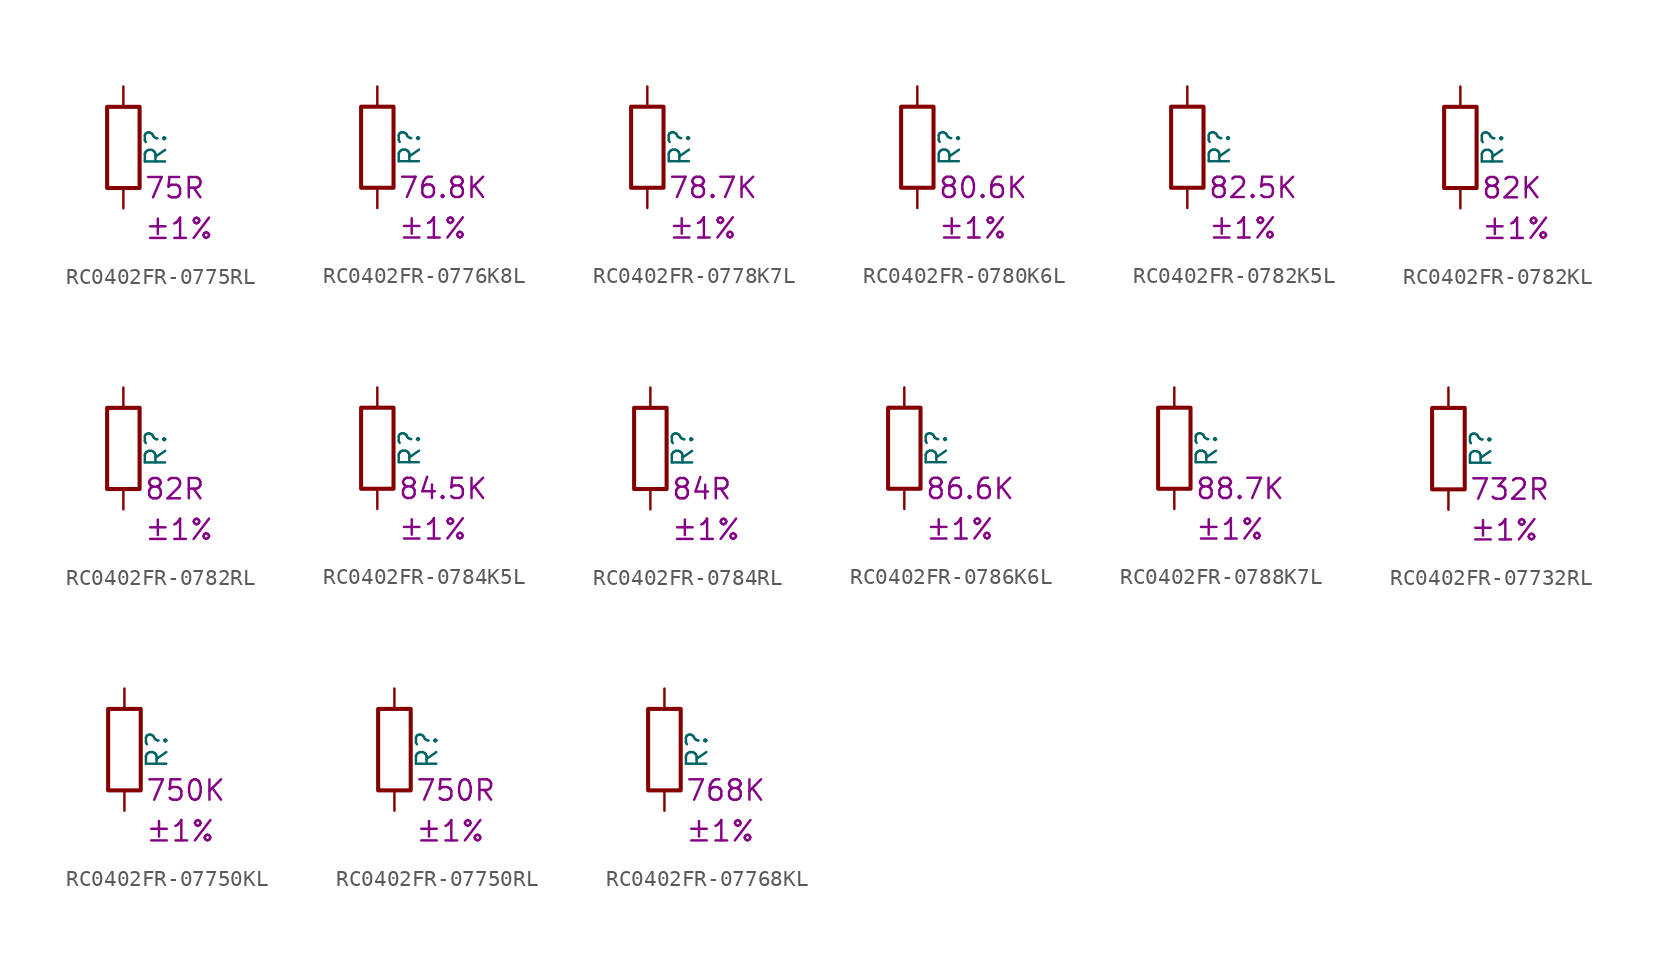
<source format=kicad_sym>
(kicad_symbol_lib
  (version 20220914)
  (generator kicad_symbol_editor)
  (symbol "RC0402FR-0775RL"
    (pin_numbers hide)
    (pin_names
      (offset 0))
    (property "Reference" "R"
      (at 2.032 0 90)
      (effects (font (size 1.27 1.27))))
    (property "Resistance" "75R"
      (at 1.27 -2.54 0)
      (effects (font (size 1.27 1.27)) (justify left)))
    (property "Tolerance" "±1%"
      (at 1.27 -5.08 0)
      (effects (font (size 1.27 1.27)) (justify left)))
    (symbol "RC0402FR-0775RL_0_1"
      (rectangle (start -1.016 -2.54) (end 1.016 2.54) (stroke (width 0.254) (type default)) (fill (type none))))
    (symbol "RC0402FR-0775RL_1_1"
      (pin passive line (at 0 3.81 270) (length 1.27) (name "~" (effects (font (size 1.27 1.27)))) (number "1" (effects (font (size 1.27 1.27)))))
      (pin passive line (at 0 -3.81 90) (length 1.27) (name "~" (effects (font (size 1.27 1.27)))) (number "2" (effects (font (size 1.27 1.27)))))))
  (symbol "RC0402FR-0776K8L"
    (pin_numbers hide)
    (pin_names
      (offset 0))
    (property "Reference" "R"
      (at 2.032 0 90)
      (effects (font (size 1.27 1.27))))
    (property "Resistance" "76.8K"
      (at 1.27 -2.54 0)
      (effects (font (size 1.27 1.27)) (justify left)))
    (property "Tolerance" "±1%"
      (at 1.27 -5.08 0)
      (effects (font (size 1.27 1.27)) (justify left)))
    (symbol "RC0402FR-0776K8L_0_1"
      (rectangle (start -1.016 -2.54) (end 1.016 2.54) (stroke (width 0.254) (type default)) (fill (type none))))
    (symbol "RC0402FR-0776K8L_1_1"
      (pin passive line (at 0 3.81 270) (length 1.27) (name "~" (effects (font (size 1.27 1.27)))) (number "1" (effects (font (size 1.27 1.27)))))
      (pin passive line (at 0 -3.81 90) (length 1.27) (name "~" (effects (font (size 1.27 1.27)))) (number "2" (effects (font (size 1.27 1.27)))))))
  (symbol "RC0402FR-0778K7L"
    (pin_numbers hide)
    (pin_names
      (offset 0))
    (property "Reference" "R"
      (at 2.032 0 90)
      (effects (font (size 1.27 1.27))))
    (property "Resistance" "78.7K"
      (at 1.27 -2.54 0)
      (effects (font (size 1.27 1.27)) (justify left)))
    (property "Tolerance" "±1%"
      (at 1.27 -5.08 0)
      (effects (font (size 1.27 1.27)) (justify left)))
    (symbol "RC0402FR-0778K7L_0_1"
      (rectangle (start -1.016 -2.54) (end 1.016 2.54) (stroke (width 0.254) (type default)) (fill (type none))))
    (symbol "RC0402FR-0778K7L_1_1"
      (pin passive line (at 0 3.81 270) (length 1.27) (name "~" (effects (font (size 1.27 1.27)))) (number "1" (effects (font (size 1.27 1.27)))))
      (pin passive line (at 0 -3.81 90) (length 1.27) (name "~" (effects (font (size 1.27 1.27)))) (number "2" (effects (font (size 1.27 1.27)))))))
  (symbol "RC0402FR-0780K6L"
    (pin_numbers hide)
    (pin_names
      (offset 0))
    (property "Reference" "R"
      (at 2.032 0 90)
      (effects (font (size 1.27 1.27))))
    (property "Resistance" "80.6K"
      (at 1.27 -2.54 0)
      (effects (font (size 1.27 1.27)) (justify left)))
    (property "Tolerance" "±1%"
      (at 1.27 -5.08 0)
      (effects (font (size 1.27 1.27)) (justify left)))
    (symbol "RC0402FR-0780K6L_0_1"
      (rectangle (start -1.016 -2.54) (end 1.016 2.54) (stroke (width 0.254) (type default)) (fill (type none))))
    (symbol "RC0402FR-0780K6L_1_1"
      (pin passive line (at 0 3.81 270) (length 1.27) (name "~" (effects (font (size 1.27 1.27)))) (number "1" (effects (font (size 1.27 1.27)))))
      (pin passive line (at 0 -3.81 90) (length 1.27) (name "~" (effects (font (size 1.27 1.27)))) (number "2" (effects (font (size 1.27 1.27)))))))
  (symbol "RC0402FR-0782K5L"
    (pin_numbers hide)
    (pin_names
      (offset 0))
    (property "Reference" "R"
      (at 2.032 0 90)
      (effects (font (size 1.27 1.27))))
    (property "Resistance" "82.5K"
      (at 1.27 -2.54 0)
      (effects (font (size 1.27 1.27)) (justify left)))
    (property "Tolerance" "±1%"
      (at 1.27 -5.08 0)
      (effects (font (size 1.27 1.27)) (justify left)))
    (symbol "RC0402FR-0782K5L_0_1"
      (rectangle (start -1.016 -2.54) (end 1.016 2.54) (stroke (width 0.254) (type default)) (fill (type none))))
    (symbol "RC0402FR-0782K5L_1_1"
      (pin passive line (at 0 3.81 270) (length 1.27) (name "~" (effects (font (size 1.27 1.27)))) (number "1" (effects (font (size 1.27 1.27)))))
      (pin passive line (at 0 -3.81 90) (length 1.27) (name "~" (effects (font (size 1.27 1.27)))) (number "2" (effects (font (size 1.27 1.27)))))))
  (symbol "RC0402FR-0782KL"
    (pin_numbers hide)
    (pin_names
      (offset 0))
    (property "Reference" "R"
      (at 2.032 0 90)
      (effects (font (size 1.27 1.27))))
    (property "Resistance" "82K"
      (at 1.27 -2.54 0)
      (effects (font (size 1.27 1.27)) (justify left)))
    (property "Tolerance" "±1%"
      (at 1.27 -5.08 0)
      (effects (font (size 1.27 1.27)) (justify left)))
    (symbol "RC0402FR-0782KL_0_1"
      (rectangle (start -1.016 -2.54) (end 1.016 2.54) (stroke (width 0.254) (type default)) (fill (type none))))
    (symbol "RC0402FR-0782KL_1_1"
      (pin passive line (at 0 3.81 270) (length 1.27) (name "~" (effects (font (size 1.27 1.27)))) (number "1" (effects (font (size 1.27 1.27)))))
      (pin passive line (at 0 -3.81 90) (length 1.27) (name "~" (effects (font (size 1.27 1.27)))) (number "2" (effects (font (size 1.27 1.27)))))))
  (symbol "RC0402FR-0782RL"
    (pin_numbers hide)
    (pin_names
      (offset 0))
    (property "Reference" "R"
      (at 2.032 0 90)
      (effects (font (size 1.27 1.27))))
    (property "Resistance" "82R"
      (at 1.27 -2.54 0)
      (effects (font (size 1.27 1.27)) (justify left)))
    (property "Tolerance" "±1%"
      (at 1.27 -5.08 0)
      (effects (font (size 1.27 1.27)) (justify left)))
    (symbol "RC0402FR-0782RL_0_1"
      (rectangle (start -1.016 -2.54) (end 1.016 2.54) (stroke (width 0.254) (type default)) (fill (type none))))
    (symbol "RC0402FR-0782RL_1_1"
      (pin passive line (at 0 3.81 270) (length 1.27) (name "~" (effects (font (size 1.27 1.27)))) (number "1" (effects (font (size 1.27 1.27)))))
      (pin passive line (at 0 -3.81 90) (length 1.27) (name "~" (effects (font (size 1.27 1.27)))) (number "2" (effects (font (size 1.27 1.27)))))))
  (symbol "RC0402FR-0784K5L"
    (pin_numbers hide)
    (pin_names
      (offset 0))
    (property "Reference" "R"
      (at 2.032 0 90)
      (effects (font (size 1.27 1.27))))
    (property "Resistance" "84.5K"
      (at 1.27 -2.54 0)
      (effects (font (size 1.27 1.27)) (justify left)))
    (property "Tolerance" "±1%"
      (at 1.27 -5.08 0)
      (effects (font (size 1.27 1.27)) (justify left)))
    (symbol "RC0402FR-0784K5L_0_1"
      (rectangle (start -1.016 -2.54) (end 1.016 2.54) (stroke (width 0.254) (type default)) (fill (type none))))
    (symbol "RC0402FR-0784K5L_1_1"
      (pin passive line (at 0 3.81 270) (length 1.27) (name "~" (effects (font (size 1.27 1.27)))) (number "1" (effects (font (size 1.27 1.27)))))
      (pin passive line (at 0 -3.81 90) (length 1.27) (name "~" (effects (font (size 1.27 1.27)))) (number "2" (effects (font (size 1.27 1.27)))))))
  (symbol "RC0402FR-0784RL"
    (pin_numbers hide)
    (pin_names
      (offset 0))
    (property "Reference" "R"
      (at 2.032 0 90)
      (effects (font (size 1.27 1.27))))
    (property "Resistance" "84R"
      (at 1.27 -2.54 0)
      (effects (font (size 1.27 1.27)) (justify left)))
    (property "Tolerance" "±1%"
      (at 1.27 -5.08 0)
      (effects (font (size 1.27 1.27)) (justify left)))
    (symbol "RC0402FR-0784RL_0_1"
      (rectangle (start -1.016 -2.54) (end 1.016 2.54) (stroke (width 0.254) (type default)) (fill (type none))))
    (symbol "RC0402FR-0784RL_1_1"
      (pin passive line (at 0 3.81 270) (length 1.27) (name "~" (effects (font (size 1.27 1.27)))) (number "1" (effects (font (size 1.27 1.27)))))
      (pin passive line (at 0 -3.81 90) (length 1.27) (name "~" (effects (font (size 1.27 1.27)))) (number "2" (effects (font (size 1.27 1.27)))))))
  (symbol "RC0402FR-0786K6L"
    (pin_numbers hide)
    (pin_names
      (offset 0))
    (property "Reference" "R"
      (at 2.032 0 90)
      (effects (font (size 1.27 1.27))))
    (property "Resistance" "86.6K"
      (at 1.27 -2.54 0)
      (effects (font (size 1.27 1.27)) (justify left)))
    (property "Tolerance" "±1%"
      (at 1.27 -5.08 0)
      (effects (font (size 1.27 1.27)) (justify left)))
    (symbol "RC0402FR-0786K6L_0_1"
      (rectangle (start -1.016 -2.54) (end 1.016 2.54) (stroke (width 0.254) (type default)) (fill (type none))))
    (symbol "RC0402FR-0786K6L_1_1"
      (pin passive line (at 0 3.81 270) (length 1.27) (name "~" (effects (font (size 1.27 1.27)))) (number "1" (effects (font (size 1.27 1.27)))))
      (pin passive line (at 0 -3.81 90) (length 1.27) (name "~" (effects (font (size 1.27 1.27)))) (number "2" (effects (font (size 1.27 1.27)))))))
  (symbol "RC0402FR-0788K7L"
    (pin_numbers hide)
    (pin_names
      (offset 0))
    (property "Reference" "R"
      (at 2.032 0 90)
      (effects (font (size 1.27 1.27))))
    (property "Resistance" "88.7K"
      (at 1.27 -2.54 0)
      (effects (font (size 1.27 1.27)) (justify left)))
    (property "Tolerance" "±1%"
      (at 1.27 -5.08 0)
      (effects (font (size 1.27 1.27)) (justify left)))
    (symbol "RC0402FR-0788K7L_0_1"
      (rectangle (start -1.016 -2.54) (end 1.016 2.54) (stroke (width 0.254) (type default)) (fill (type none))))
    (symbol "RC0402FR-0788K7L_1_1"
      (pin passive line (at 0 3.81 270) (length 1.27) (name "~" (effects (font (size 1.27 1.27)))) (number "1" (effects (font (size 1.27 1.27)))))
      (pin passive line (at 0 -3.81 90) (length 1.27) (name "~" (effects (font (size 1.27 1.27)))) (number "2" (effects (font (size 1.27 1.27)))))))
  (symbol "RC0402FR-07732RL"
    (pin_numbers hide)
    (pin_names
      (offset 0))
    (property "Reference" "R"
      (at 2.032 0 90)
      (effects (font (size 1.27 1.27))))
    (property "Resistance" "732R"
      (at 1.27 -2.54 0)
      (effects (font (size 1.27 1.27)) (justify left)))
    (property "Tolerance" "±1%"
      (at 1.27 -5.08 0)
      (effects (font (size 1.27 1.27)) (justify left)))
    (symbol "RC0402FR-07732RL_0_1"
      (rectangle (start -1.016 -2.54) (end 1.016 2.54) (stroke (width 0.254) (type default)) (fill (type none))))
    (symbol "RC0402FR-07732RL_1_1"
      (pin passive line (at 0 3.81 270) (length 1.27) (name "~" (effects (font (size 1.27 1.27)))) (number "1" (effects (font (size 1.27 1.27)))))
      (pin passive line (at 0 -3.81 90) (length 1.27) (name "~" (effects (font (size 1.27 1.27)))) (number "2" (effects (font (size 1.27 1.27)))))))
  (symbol "RC0402FR-07750KL"
    (pin_numbers hide)
    (pin_names
      (offset 0))
    (property "Reference" "R"
      (at 2.032 0 90)
      (effects (font (size 1.27 1.27))))
    (property "Resistance" "750K"
      (at 1.27 -2.54 0)
      (effects (font (size 1.27 1.27)) (justify left)))
    (property "Tolerance" "±1%"
      (at 1.27 -5.08 0)
      (effects (font (size 1.27 1.27)) (justify left)))
    (symbol "RC0402FR-07750KL_0_1"
      (rectangle (start -1.016 -2.54) (end 1.016 2.54) (stroke (width 0.254) (type default)) (fill (type none))))
    (symbol "RC0402FR-07750KL_1_1"
      (pin passive line (at 0 3.81 270) (length 1.27) (name "~" (effects (font (size 1.27 1.27)))) (number "1" (effects (font (size 1.27 1.27)))))
      (pin passive line (at 0 -3.81 90) (length 1.27) (name "~" (effects (font (size 1.27 1.27)))) (number "2" (effects (font (size 1.27 1.27)))))))
  (symbol "RC0402FR-07750RL"
    (pin_numbers hide)
    (pin_names
      (offset 0))
    (property "Reference" "R"
      (at 2.032 0 90)
      (effects (font (size 1.27 1.27))))
    (property "Resistance" "750R"
      (at 1.27 -2.54 0)
      (effects (font (size 1.27 1.27)) (justify left)))
    (property "Tolerance" "±1%"
      (at 1.27 -5.08 0)
      (effects (font (size 1.27 1.27)) (justify left)))
    (symbol "RC0402FR-07750RL_0_1"
      (rectangle (start -1.016 -2.54) (end 1.016 2.54) (stroke (width 0.254) (type default)) (fill (type none))))
    (symbol "RC0402FR-07750RL_1_1"
      (pin passive line (at 0 3.81 270) (length 1.27) (name "~" (effects (font (size 1.27 1.27)))) (number "1" (effects (font (size 1.27 1.27)))))
      (pin passive line (at 0 -3.81 90) (length 1.27) (name "~" (effects (font (size 1.27 1.27)))) (number "2" (effects (font (size 1.27 1.27)))))))
  (symbol "RC0402FR-07768KL"
    (pin_numbers hide)
    (pin_names
      (offset 0))
    (property "Reference" "R"
      (at 2.032 0 90)
      (effects (font (size 1.27 1.27))))
    (property "Resistance" "768K"
      (at 1.27 -2.54 0)
      (effects (font (size 1.27 1.27)) (justify left)))
    (property "Tolerance" "±1%"
      (at 1.27 -5.08 0)
      (effects (font (size 1.27 1.27)) (justify left)))
    (symbol "RC0402FR-07768KL_0_1"
      (rectangle (start -1.016 -2.54) (end 1.016 2.54) (stroke (width 0.254) (type default)) (fill (type none))))
    (symbol "RC0402FR-07768KL_1_1"
      (pin passive line (at 0 3.81 270) (length 1.27) (name "~" (effects (font (size 1.27 1.27)))) (number "1" (effects (font (size 1.27 1.27)))))
      (pin passive line (at 0 -3.81 90) (length 1.27) (name "~" (effects (font (size 1.27 1.27)))) (number "2" (effects (font (size 1.27 1.27))))))))
</source>
